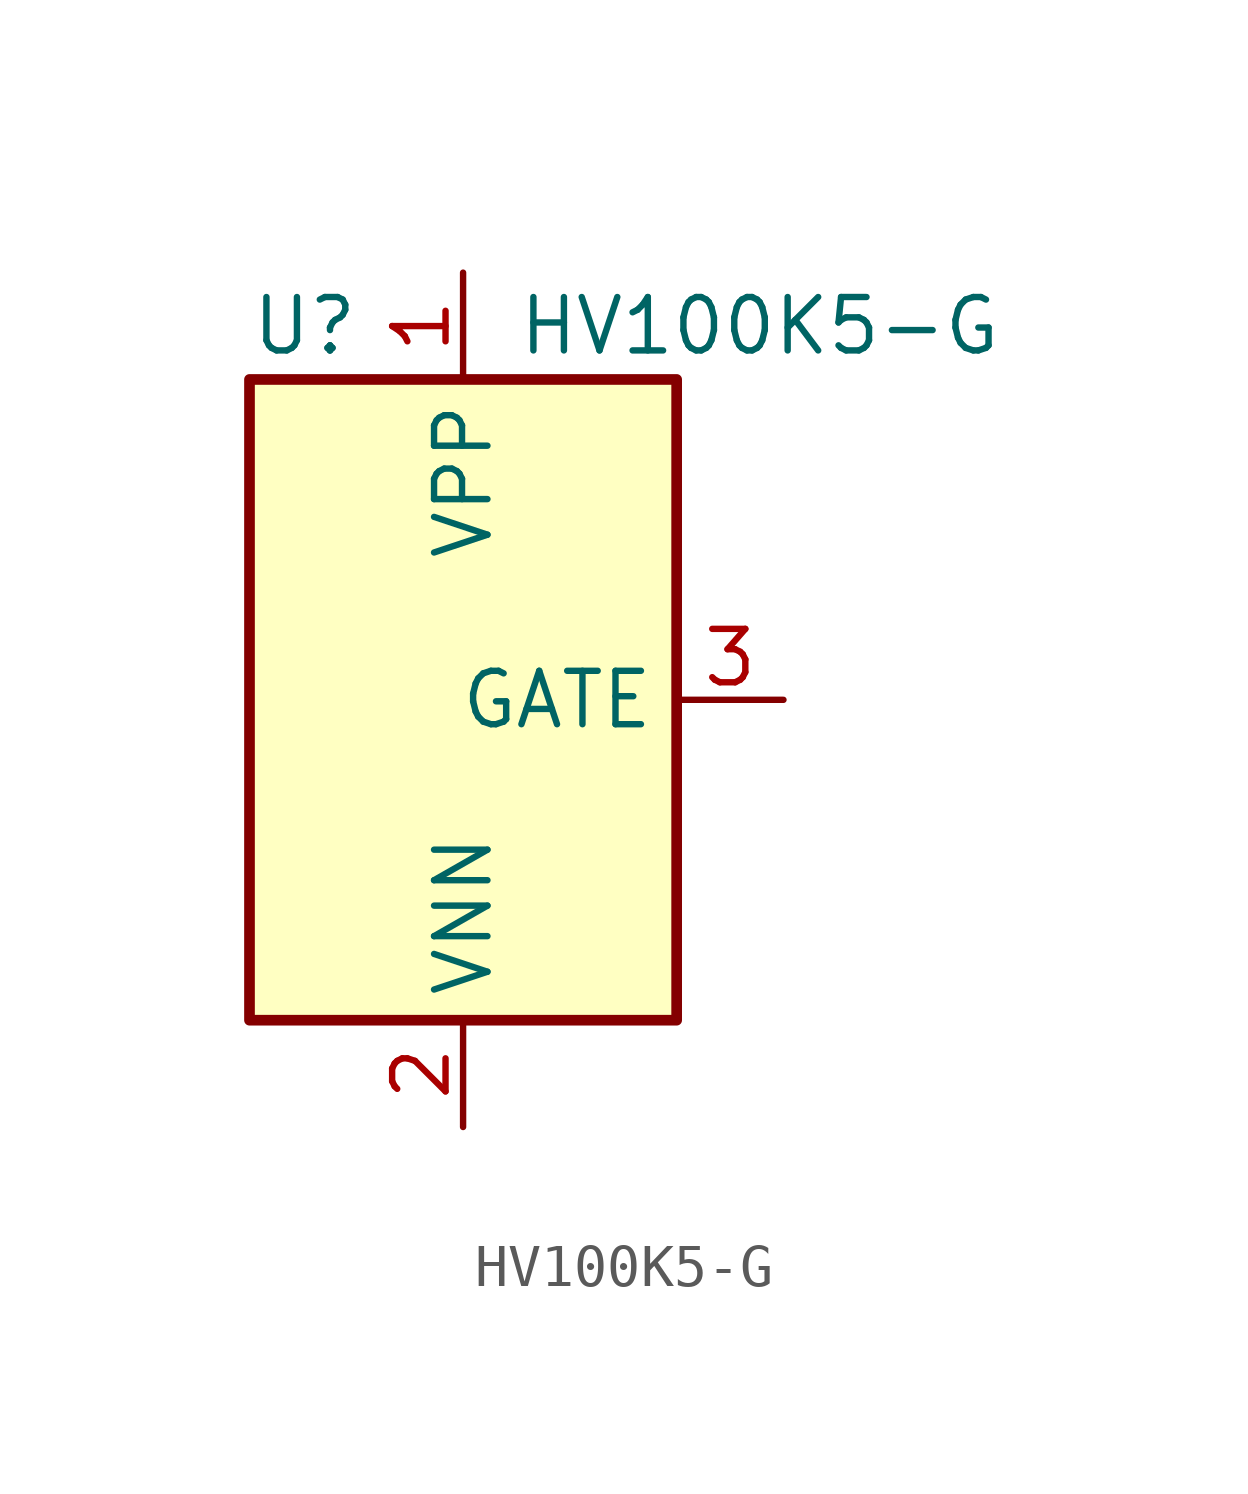
<source format=kicad_sym>
(kicad_symbol_lib
  (version 20201005)
  (generator kicad_symbol_editor)
  (symbol "Regulator_Current:HV100K5-G"
    (property "Reference" "U"
      (at -5.08 8.89 0)
      (effects (font (size 1.27 1.27)) (justify left)))
    (property "Value" "HV100K5-G"
      (at 1.27 8.89 0)
      (effects (font (size 1.27 1.27)) (justify left)))
    (symbol "HV100K5-G_0_1"
      (rectangle (start -5.08 7.62) (end 5.08 -7.62) (stroke (width 0.254)) (fill (type background))))
    (symbol "HV100K5-G_1_1"
      (pin power_in line (at 0 10.16 270) (length 2.54) (name "VPP" (effects (font (size 1.27 1.27)))) (number "1" (effects (font (size 1.27 1.27)))))
      (pin power_in line (at 0 -10.16 90) (length 2.54) (name "VNN" (effects (font (size 1.27 1.27)))) (number "2" (effects (font (size 1.27 1.27)))))
      (pin output line (at 7.62 0 180) (length 2.54) (name "GATE" (effects (font (size 1.27 1.27)))) (number "3" (effects (font (size 1.27 1.27))))))))
</source>
